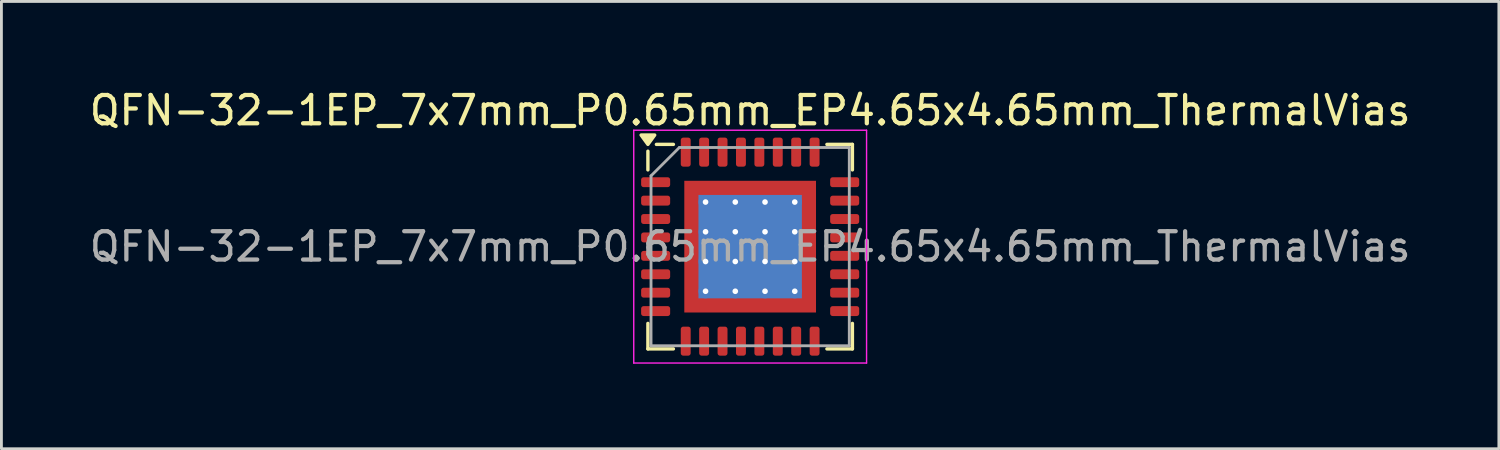
<source format=kicad_pcb>
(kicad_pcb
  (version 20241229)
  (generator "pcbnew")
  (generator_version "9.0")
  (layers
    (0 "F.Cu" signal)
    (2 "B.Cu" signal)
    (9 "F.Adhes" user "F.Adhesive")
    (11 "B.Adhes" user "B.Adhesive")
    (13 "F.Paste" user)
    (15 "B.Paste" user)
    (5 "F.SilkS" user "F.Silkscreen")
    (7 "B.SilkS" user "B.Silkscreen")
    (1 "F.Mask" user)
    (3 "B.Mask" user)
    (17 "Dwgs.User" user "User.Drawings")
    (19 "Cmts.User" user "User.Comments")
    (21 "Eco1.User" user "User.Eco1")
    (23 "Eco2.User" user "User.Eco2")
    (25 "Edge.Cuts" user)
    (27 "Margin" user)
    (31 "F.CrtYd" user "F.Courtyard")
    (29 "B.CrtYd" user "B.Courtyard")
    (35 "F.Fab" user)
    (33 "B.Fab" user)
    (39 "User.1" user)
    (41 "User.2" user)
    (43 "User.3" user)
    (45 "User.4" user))
  (footprint "QFN-32-1EP_7x7mm_P0.65mm_EP4.65x4.65mm_ThermalVias"
    (layer "F.Cu")
    (at 23.435 5.658)
    (property "Reference" "QFN-32-1EP_7x7mm_P0.65mm_EP4.65x4.65mm_ThermalVias" (at 0 -4.81 0) (layer "F.SilkS") (effects (font (size 1 1) (thickness 0.15))))
    (attr smd)
    (fp_line (start -3.61 -2.71) (end -3.61 -3.37) (stroke (width 0.12) (type solid)) (layer "F.SilkS"))
    (fp_line (start -3.61 3.61) (end -3.61 2.71) (stroke (width 0.12) (type solid)) (layer "F.SilkS"))
    (fp_line (start -2.71 -3.61) (end -3.31 -3.61) (stroke (width 0.12) (type solid)) (layer "F.SilkS"))
    (fp_line (start -2.71 3.61) (end -3.61 3.61) (stroke (width 0.12) (type solid)) (layer "F.SilkS"))
    (fp_line (start 2.71 -3.61) (end 3.61 -3.61) (stroke (width 0.12) (type solid)) (layer "F.SilkS"))
    (fp_line (start 2.71 3.61) (end 3.61 3.61) (stroke (width 0.12) (type solid)) (layer "F.SilkS"))
    (fp_line (start 3.61 -3.61) (end 3.61 -2.71) (stroke (width 0.12) (type solid)) (layer "F.SilkS"))
    (fp_line (start 3.61 3.61) (end 3.61 2.71) (stroke (width 0.12) (type solid)) (layer "F.SilkS"))
    (fp_poly (pts (xy -3.61 -3.61) (xy -3.85 -3.94) (xy -3.37 -3.94) (xy -3.61 -3.61)) (stroke (width 0.12) (type solid)) (fill yes) (layer "F.SilkS"))
    (fp_line (start -4.11 -4.11) (end -4.11 4.11) (stroke (width 0.05) (type solid)) (layer "F.CrtYd"))
    (fp_line (start -4.11 4.11) (end 4.11 4.11) (stroke (width 0.05) (type solid)) (layer "F.CrtYd"))
    (fp_line (start 4.11 -4.11) (end -4.11 -4.11) (stroke (width 0.05) (type solid)) (layer "F.CrtYd"))
    (fp_line (start 4.11 4.11) (end 4.11 -4.11) (stroke (width 0.05) (type solid)) (layer "F.CrtYd"))
    (fp_line (start -3.5 -2.5) (end -2.5 -3.5) (stroke (width 0.1) (type solid)) (layer "F.Fab"))
    (fp_line (start -3.5 3.5) (end -3.5 -2.5) (stroke (width 0.1) (type solid)) (layer "F.Fab"))
    (fp_line (start -2.5 -3.5) (end 3.5 -3.5) (stroke (width 0.1) (type solid)) (layer "F.Fab"))
    (fp_line (start 3.5 -3.5) (end 3.5 3.5) (stroke (width 0.1) (type solid)) (layer "F.Fab"))
    (fp_line (start 3.5 3.5) (end -3.5 3.5) (stroke (width 0.1) (type solid)) (layer "F.Fab"))
    (fp_text user "${REFERENCE}" (at 0 0 0) (layer "F.Fab") (effects (font (size 1 1) (thickness 0.15))))
    (pad "" smd custom (at -1.95 -1.95) (size 0.507 0.507) (layers "F.Paste") (options (anchor circle)) (primitives (gr_poly (pts (xy -0.205 -0.205) (xy 0.205 -0.205) (xy 0.205 0.125) (xy 0.125 0.205) (xy -0.205 0.205)) (width 0.194) (fill yes))))
    (pad "" smd custom (at -1.95 -1.05) (size 0.528 0.528) (layers "F.Paste") (options (anchor circle)) (primitives (gr_poly (pts (xy -0.226 -0.347) (xy 0.162 -0.347) (xy 0.226 -0.283) (xy 0.226 0.283) (xy 0.162 0.347) (xy -0.226 0.347)) (width 0.153) (fill yes))))
    (pad "" smd custom (at -1.95 0) (size 0.528 0.528) (layers "F.Paste") (options (anchor circle)) (primitives (gr_poly (pts (xy -0.226 -0.347) (xy 0.162 -0.347) (xy 0.226 -0.283) (xy 0.226 0.283) (xy 0.162 0.347) (xy -0.226 0.347)) (width 0.153) (fill yes))))
    (pad "" smd custom (at -1.95 1.05) (size 0.528 0.528) (layers "F.Paste") (options (anchor circle)) (primitives (gr_poly (pts (xy -0.226 -0.347) (xy 0.162 -0.347) (xy 0.226 -0.283) (xy 0.226 0.283) (xy 0.162 0.347) (xy -0.226 0.347)) (width 0.153) (fill yes))))
    (pad "" smd custom (at -1.95 1.95) (size 0.507 0.507) (layers "F.Paste") (options (anchor circle)) (primitives (gr_poly (pts (xy -0.205 -0.205) (xy 0.125 -0.205) (xy 0.205 -0.125) (xy 0.205 0.205) (xy -0.205 0.205)) (width 0.194) (fill yes))))
    (pad "" smd custom (at -1.05 -1.95) (size 0.528 0.528) (layers "F.Paste") (options (anchor circle)) (primitives (gr_poly (pts (xy -0.347 -0.226) (xy 0.347 -0.226) (xy 0.347 0.162) (xy 0.283 0.226) (xy -0.283 0.226) (xy -0.347 0.162)) (width 0.153) (fill yes))))
    (pad "" smd roundrect (at -1.05 -1.05) (size 0.847 0.847) (layers "F.Paste") (roundrect_rratio 0.25))
    (pad "" smd roundrect (at -1.05 0) (size 0.847 0.847) (layers "F.Paste") (roundrect_rratio 0.25))
    (pad "" smd roundrect (at -1.05 1.05) (size 0.847 0.847) (layers "F.Paste") (roundrect_rratio 0.25))
    (pad "" smd custom (at -1.05 1.95) (size 0.528 0.528) (layers "F.Paste") (options (anchor circle)) (primitives (gr_poly (pts (xy -0.347 -0.162) (xy -0.283 -0.226) (xy 0.283 -0.226) (xy 0.347 -0.162) (xy 0.347 0.226) (xy -0.347 0.226)) (width 0.153) (fill yes))))
    (pad "" smd custom (at 0 -1.95) (size 0.528 0.528) (layers "F.Paste") (options (anchor circle)) (primitives (gr_poly (pts (xy -0.347 -0.226) (xy 0.347 -0.226) (xy 0.347 0.162) (xy 0.283 0.226) (xy -0.283 0.226) (xy -0.347 0.162)) (width 0.153) (fill yes))))
    (pad "" smd roundrect (at 0 -1.05) (size 0.847 0.847) (layers "F.Paste") (roundrect_rratio 0.25))
    (pad "" smd roundrect (at 0 0) (size 0.847 0.847) (layers "F.Paste") (roundrect_rratio 0.25))
    (pad "" smd roundrect (at 0 1.05) (size 0.847 0.847) (layers "F.Paste") (roundrect_rratio 0.25))
    (pad "" smd custom (at 0 1.95) (size 0.528 0.528) (layers "F.Paste") (options (anchor circle)) (primitives (gr_poly (pts (xy -0.347 -0.162) (xy -0.283 -0.226) (xy 0.283 -0.226) (xy 0.347 -0.162) (xy 0.347 0.226) (xy -0.347 0.226)) (width 0.153) (fill yes))))
    (pad "" smd custom (at 1.05 -1.95) (size 0.528 0.528) (layers "F.Paste") (options (anchor circle)) (primitives (gr_poly (pts (xy -0.347 -0.226) (xy 0.347 -0.226) (xy 0.347 0.162) (xy 0.283 0.226) (xy -0.283 0.226) (xy -0.347 0.162)) (width 0.153) (fill yes))))
    (pad "" smd roundrect (at 1.05 -1.05) (size 0.847 0.847) (layers "F.Paste") (roundrect_rratio 0.25))
    (pad "" smd roundrect (at 1.05 0) (size 0.847 0.847) (layers "F.Paste") (roundrect_rratio 0.25))
    (pad "" smd roundrect (at 1.05 1.05) (size 0.847 0.847) (layers "F.Paste") (roundrect_rratio 0.25))
    (pad "" smd custom (at 1.05 1.95) (size 0.528 0.528) (layers "F.Paste") (options (anchor circle)) (primitives (gr_poly (pts (xy -0.347 -0.162) (xy -0.283 -0.226) (xy 0.283 -0.226) (xy 0.347 -0.162) (xy 0.347 0.226) (xy -0.347 0.226)) (width 0.153) (fill yes))))
    (pad "" smd custom (at 1.95 -1.95) (size 0.507 0.507) (layers "F.Paste") (options (anchor circle)) (primitives (gr_poly (pts (xy -0.205 -0.205) (xy 0.205 -0.205) (xy 0.205 0.205) (xy -0.125 0.205) (xy -0.205 0.125)) (width 0.194) (fill yes))))
    (pad "" smd custom (at 1.95 -1.05) (size 0.528 0.528) (layers "F.Paste") (options (anchor circle)) (primitives (gr_poly (pts (xy -0.226 -0.283) (xy -0.162 -0.347) (xy 0.226 -0.347) (xy 0.226 0.347) (xy -0.162 0.347) (xy -0.226 0.283)) (width 0.153) (fill yes))))
    (pad "" smd custom (at 1.95 0) (size 0.528 0.528) (layers "F.Paste") (options (anchor circle)) (primitives (gr_poly (pts (xy -0.226 -0.283) (xy -0.162 -0.347) (xy 0.226 -0.347) (xy 0.226 0.347) (xy -0.162 0.347) (xy -0.226 0.283)) (width 0.153) (fill yes))))
    (pad "" smd custom (at 1.95 1.05) (size 0.528 0.528) (layers "F.Paste") (options (anchor circle)) (primitives (gr_poly (pts (xy -0.226 -0.283) (xy -0.162 -0.347) (xy 0.226 -0.347) (xy 0.226 0.347) (xy -0.162 0.347) (xy -0.226 0.283)) (width 0.153) (fill yes))))
    (pad "" smd custom (at 1.95 1.95) (size 0.507 0.507) (layers "F.Paste") (options (anchor circle)) (primitives (gr_poly (pts (xy -0.205 -0.125) (xy -0.125 -0.205) (xy 0.205 -0.205) (xy 0.205 0.205) (xy -0.205 0.205)) (width 0.194) (fill yes))))
    (pad "1" smd roundrect (at -3.337 -2.275) (size 1.025 0.35) (layers "F.Cu" "F.Mask" "F.Paste") (roundrect_rratio 0.25))
    (pad "2" smd roundrect (at -3.337 -1.625) (size 1.025 0.35) (layers "F.Cu" "F.Mask" "F.Paste") (roundrect_rratio 0.25))
    (pad "3" smd roundrect (at -3.337 -0.975) (size 1.025 0.35) (layers "F.Cu" "F.Mask" "F.Paste") (roundrect_rratio 0.25))
    (pad "4" smd roundrect (at -3.337 -0.325) (size 1.025 0.35) (layers "F.Cu" "F.Mask" "F.Paste") (roundrect_rratio 0.25))
    (pad "5" smd roundrect (at -3.337 0.325) (size 1.025 0.35) (layers "F.Cu" "F.Mask" "F.Paste") (roundrect_rratio 0.25))
    (pad "6" smd roundrect (at -3.337 0.975) (size 1.025 0.35) (layers "F.Cu" "F.Mask" "F.Paste") (roundrect_rratio 0.25))
    (pad "7" smd roundrect (at -3.337 1.625) (size 1.025 0.35) (layers "F.Cu" "F.Mask" "F.Paste") (roundrect_rratio 0.25))
    (pad "8" smd roundrect (at -3.337 2.275) (size 1.025 0.35) (layers "F.Cu" "F.Mask" "F.Paste") (roundrect_rratio 0.25))
    (pad "9" smd roundrect (at -2.275 3.337) (size 0.35 1.025) (layers "F.Cu" "F.Mask" "F.Paste") (roundrect_rratio 0.25))
    (pad "10" smd roundrect (at -1.625 3.337) (size 0.35 1.025) (layers "F.Cu" "F.Mask" "F.Paste") (roundrect_rratio 0.25))
    (pad "11" smd roundrect (at -0.975 3.337) (size 0.35 1.025) (layers "F.Cu" "F.Mask" "F.Paste") (roundrect_rratio 0.25))
    (pad "12" smd roundrect (at -0.325 3.337) (size 0.35 1.025) (layers "F.Cu" "F.Mask" "F.Paste") (roundrect_rratio 0.25))
    (pad "13" smd roundrect (at 0.325 3.337) (size 0.35 1.025) (layers "F.Cu" "F.Mask" "F.Paste") (roundrect_rratio 0.25))
    (pad "14" smd roundrect (at 0.975 3.337) (size 0.35 1.025) (layers "F.Cu" "F.Mask" "F.Paste") (roundrect_rratio 0.25))
    (pad "15" smd roundrect (at 1.625 3.337) (size 0.35 1.025) (layers "F.Cu" "F.Mask" "F.Paste") (roundrect_rratio 0.25))
    (pad "16" smd roundrect (at 2.275 3.337) (size 0.35 1.025) (layers "F.Cu" "F.Mask" "F.Paste") (roundrect_rratio 0.25))
    (pad "17" smd roundrect (at 3.337 2.275) (size 1.025 0.35) (layers "F.Cu" "F.Mask" "F.Paste") (roundrect_rratio 0.25))
    (pad "18" smd roundrect (at 3.337 1.625) (size 1.025 0.35) (layers "F.Cu" "F.Mask" "F.Paste") (roundrect_rratio 0.25))
    (pad "19" smd roundrect (at 3.337 0.975) (size 1.025 0.35) (layers "F.Cu" "F.Mask" "F.Paste") (roundrect_rratio 0.25))
    (pad "20" smd roundrect (at 3.337 0.325) (size 1.025 0.35) (layers "F.Cu" "F.Mask" "F.Paste") (roundrect_rratio 0.25))
    (pad "21" smd roundrect (at 3.337 -0.325) (size 1.025 0.35) (layers "F.Cu" "F.Mask" "F.Paste") (roundrect_rratio 0.25))
    (pad "22" smd roundrect (at 3.337 -0.975) (size 1.025 0.35) (layers "F.Cu" "F.Mask" "F.Paste") (roundrect_rratio 0.25))
    (pad "23" smd roundrect (at 3.337 -1.625) (size 1.025 0.35) (layers "F.Cu" "F.Mask" "F.Paste") (roundrect_rratio 0.25))
    (pad "24" smd roundrect (at 3.337 -2.275) (size 1.025 0.35) (layers "F.Cu" "F.Mask" "F.Paste") (roundrect_rratio 0.25))
    (pad "25" smd roundrect (at 2.275 -3.337) (size 0.35 1.025) (layers "F.Cu" "F.Mask" "F.Paste") (roundrect_rratio 0.25))
    (pad "26" smd roundrect (at 1.625 -3.337) (size 0.35 1.025) (layers "F.Cu" "F.Mask" "F.Paste") (roundrect_rratio 0.25))
    (pad "27" smd roundrect (at 0.975 -3.337) (size 0.35 1.025) (layers "F.Cu" "F.Mask" "F.Paste") (roundrect_rratio 0.25))
    (pad "28" smd roundrect (at 0.325 -3.337) (size 0.35 1.025) (layers "F.Cu" "F.Mask" "F.Paste") (roundrect_rratio 0.25))
    (pad "29" smd roundrect (at -0.325 -3.337) (size 0.35 1.025) (layers "F.Cu" "F.Mask" "F.Paste") (roundrect_rratio 0.25))
    (pad "30" smd roundrect (at -0.975 -3.337) (size 0.35 1.025) (layers "F.Cu" "F.Mask" "F.Paste") (roundrect_rratio 0.25))
    (pad "31" smd roundrect (at -1.625 -3.337) (size 0.35 1.025) (layers "F.Cu" "F.Mask" "F.Paste") (roundrect_rratio 0.25))
    (pad "32" smd roundrect (at -2.275 -3.337) (size 0.35 1.025) (layers "F.Cu" "F.Mask" "F.Paste") (roundrect_rratio 0.25))
    (pad "33" thru_hole circle (at -1.575 -1.575) (size 0.5 0.5) (drill 0.2) (property pad_prop_heatsink) (layers "*.Cu"))
    (pad "33" thru_hole circle (at -1.575 -0.525) (size 0.5 0.5) (drill 0.2) (property pad_prop_heatsink) (layers "*.Cu"))
    (pad "33" thru_hole circle (at -1.575 0.525) (size 0.5 0.5) (drill 0.2) (property pad_prop_heatsink) (layers "*.Cu"))
    (pad "33" thru_hole circle (at -1.575 1.575) (size 0.5 0.5) (drill 0.2) (property pad_prop_heatsink) (layers "*.Cu"))
    (pad "33" thru_hole circle (at -0.525 -1.575) (size 0.5 0.5) (drill 0.2) (property pad_prop_heatsink) (layers "*.Cu"))
    (pad "33" thru_hole circle (at -0.525 -0.525) (size 0.5 0.5) (drill 0.2) (property pad_prop_heatsink) (layers "*.Cu"))
    (pad "33" thru_hole circle (at -0.525 0.525) (size 0.5 0.5) (drill 0.2) (property pad_prop_heatsink) (layers "*.Cu"))
    (pad "33" thru_hole circle (at -0.525 1.575) (size 0.5 0.5) (drill 0.2) (property pad_prop_heatsink) (layers "*.Cu"))
    (pad "33" smd rect (at 0 0) (size 3.65 3.65) (property pad_prop_heatsink) (layers "B.Cu"))
    (pad "33" smd rect (at 0 0) (size 4.65 4.65) (property pad_prop_heatsink) (layers "F.Cu" "F.Mask"))
    (pad "33" thru_hole circle (at 0.525 -1.575) (size 0.5 0.5) (drill 0.2) (property pad_prop_heatsink) (layers "*.Cu"))
    (pad "33" thru_hole circle (at 0.525 -0.525) (size 0.5 0.5) (drill 0.2) (property pad_prop_heatsink) (layers "*.Cu"))
    (pad "33" thru_hole circle (at 0.525 0.525) (size 0.5 0.5) (drill 0.2) (property pad_prop_heatsink) (layers "*.Cu"))
    (pad "33" thru_hole circle (at 0.525 1.575) (size 0.5 0.5) (drill 0.2) (property pad_prop_heatsink) (layers "*.Cu"))
    (pad "33" thru_hole circle (at 1.575 -1.575) (size 0.5 0.5) (drill 0.2) (property pad_prop_heatsink) (layers "*.Cu"))
    (pad "33" thru_hole circle (at 1.575 -0.525) (size 0.5 0.5) (drill 0.2) (property pad_prop_heatsink) (layers "*.Cu"))
    (pad "33" thru_hole circle (at 1.575 0.525) (size 0.5 0.5) (drill 0.2) (property pad_prop_heatsink) (layers "*.Cu"))
    (pad "33" thru_hole circle (at 1.575 1.575) (size 0.5 0.5) (drill 0.2) (property pad_prop_heatsink) (layers "*.Cu")))
  (gr_rect
    (start -3 -3)
    (end 49.869 12.793)
    (stroke (width 0.1) (type default))
    (fill no)
    (layer "Edge.Cuts")))
</source>
